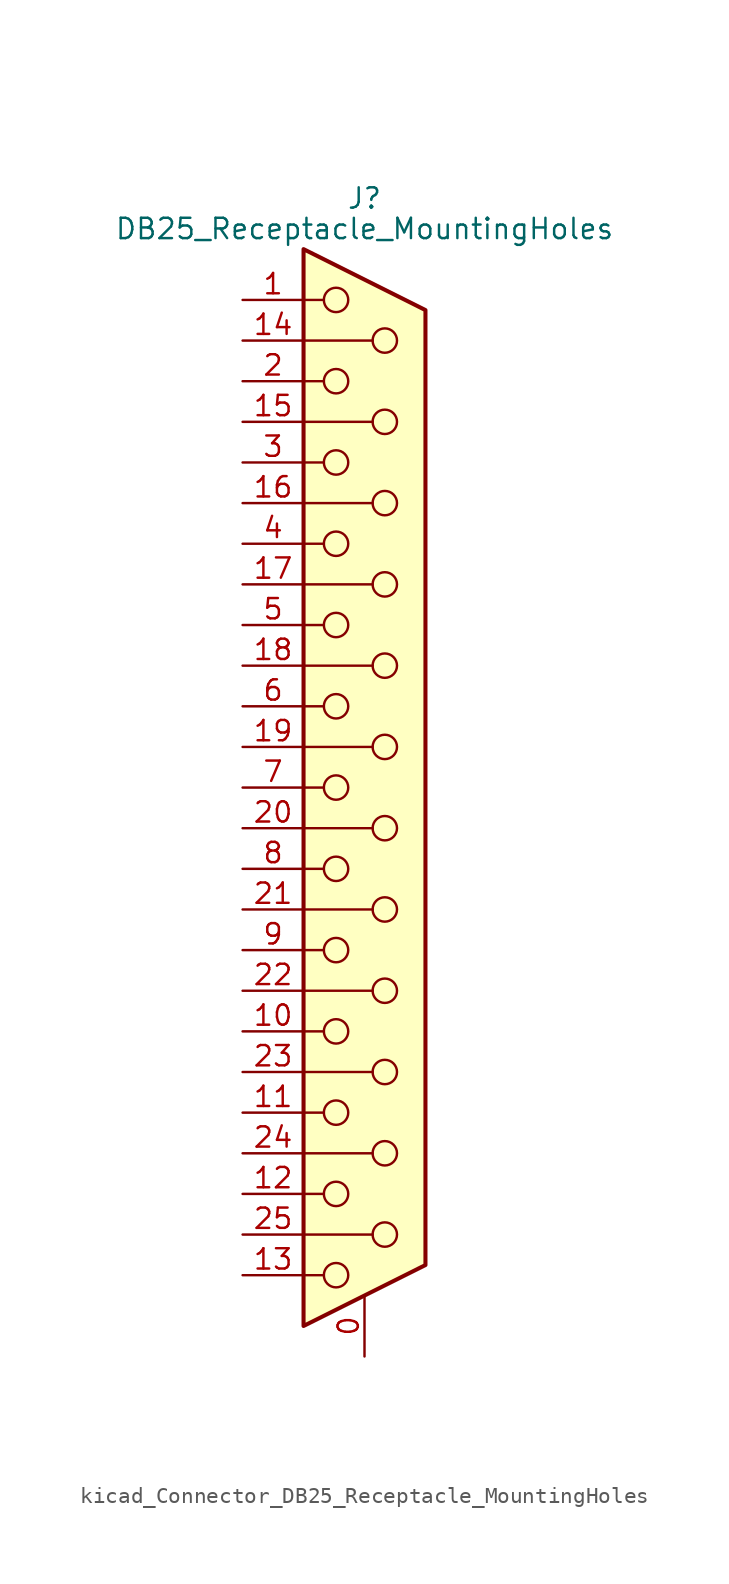
<source format=kicad_sym>
(kicad_symbol_lib
  (version 20220914)
  (generator kicad_symbol_editor)
  (symbol "kicad_Connector_DB25_Receptacle_MountingHoles"
    (pin_names
      (offset 1.016) hide)
    (property "Reference" "J"
      (at 0 36.83 0)
      (effects (font (size 1.27 1.27))))
    (property "Value" "DB25_Receptacle_MountingHoles"
      (at 0 34.925 0)
      (effects (font (size 1.27 1.27))))
    (symbol "kicad_Connector_DB25_Receptacle_MountingHoles_0_1"
      (circle (center -1.778 -30.48) (radius 0.762) (stroke (width 0) (type default)) (fill (type none)))
      (circle (center -1.778 -25.4) (radius 0.762) (stroke (width 0) (type default)) (fill (type none)))
      (circle (center -1.778 -20.32) (radius 0.762) (stroke (width 0) (type default)) (fill (type none)))
      (circle (center -1.778 -15.24) (radius 0.762) (stroke (width 0) (type default)) (fill (type none)))
      (circle (center -1.778 -10.16) (radius 0.762) (stroke (width 0) (type default)) (fill (type none)))
      (circle (center -1.778 -5.08) (radius 0.762) (stroke (width 0) (type default)) (fill (type none)))
      (circle (center -1.778 0) (radius 0.762) (stroke (width 0) (type default)) (fill (type none)))
      (circle (center -1.778 5.08) (radius 0.762) (stroke (width 0) (type default)) (fill (type none)))
      (circle (center -1.778 10.16) (radius 0.762) (stroke (width 0) (type default)) (fill (type none)))
      (circle (center -1.778 15.24) (radius 0.762) (stroke (width 0) (type default)) (fill (type none)))
      (circle (center -1.778 20.32) (radius 0.762) (stroke (width 0) (type default)) (fill (type none)))
      (circle (center -1.778 25.4) (radius 0.762) (stroke (width 0) (type default)) (fill (type none)))
      (circle (center -1.778 30.48) (radius 0.762) (stroke (width 0) (type default)) (fill (type none)))
      (polyline (pts (xy -3.81 -30.48) (xy -2.54 -30.48)) (stroke (width 0) (type default)) (fill (type none)))
      (polyline (pts (xy -3.81 -27.94) (xy 0.508 -27.94)) (stroke (width 0) (type default)) (fill (type none)))
      (polyline (pts (xy -3.81 -25.4) (xy -2.54 -25.4)) (stroke (width 0) (type default)) (fill (type none)))
      (polyline (pts (xy -3.81 -22.86) (xy 0.508 -22.86)) (stroke (width 0) (type default)) (fill (type none)))
      (polyline (pts (xy -3.81 -20.32) (xy -2.54 -20.32)) (stroke (width 0) (type default)) (fill (type none)))
      (polyline (pts (xy -3.81 -17.78) (xy 0.508 -17.78)) (stroke (width 0) (type default)) (fill (type none)))
      (polyline (pts (xy -3.81 -15.24) (xy -2.54 -15.24)) (stroke (width 0) (type default)) (fill (type none)))
      (polyline (pts (xy -3.81 -12.7) (xy 0.508 -12.7)) (stroke (width 0) (type default)) (fill (type none)))
      (polyline (pts (xy -3.81 -10.16) (xy -2.54 -10.16)) (stroke (width 0) (type default)) (fill (type none)))
      (polyline (pts (xy -3.81 -7.62) (xy 0.508 -7.62)) (stroke (width 0) (type default)) (fill (type none)))
      (polyline (pts (xy -3.81 -5.08) (xy -2.54 -5.08)) (stroke (width 0) (type default)) (fill (type none)))
      (polyline (pts (xy -3.81 -2.54) (xy 0.508 -2.54)) (stroke (width 0) (type default)) (fill (type none)))
      (polyline (pts (xy -3.81 0) (xy -2.54 0)) (stroke (width 0) (type default)) (fill (type none)))
      (polyline (pts (xy -3.81 2.54) (xy 0.508 2.54)) (stroke (width 0) (type default)) (fill (type none)))
      (polyline (pts (xy -3.81 5.08) (xy -2.54 5.08)) (stroke (width 0) (type default)) (fill (type none)))
      (polyline (pts (xy -3.81 7.62) (xy 0.508 7.62)) (stroke (width 0) (type default)) (fill (type none)))
      (polyline (pts (xy -3.81 10.16) (xy -2.54 10.16)) (stroke (width 0) (type default)) (fill (type none)))
      (polyline (pts (xy -3.81 12.7) (xy 0.508 12.7)) (stroke (width 0) (type default)) (fill (type none)))
      (polyline (pts (xy -3.81 15.24) (xy -2.54 15.24)) (stroke (width 0) (type default)) (fill (type none)))
      (polyline (pts (xy -3.81 17.78) (xy 0.508 17.78)) (stroke (width 0) (type default)) (fill (type none)))
      (polyline (pts (xy -3.81 20.32) (xy -2.54 20.32)) (stroke (width 0) (type default)) (fill (type none)))
      (polyline (pts (xy -3.81 22.86) (xy 0.508 22.86)) (stroke (width 0) (type default)) (fill (type none)))
      (polyline (pts (xy -3.81 25.4) (xy -2.54 25.4)) (stroke (width 0) (type default)) (fill (type none)))
      (polyline (pts (xy -3.81 27.94) (xy 0.508 27.94)) (stroke (width 0) (type default)) (fill (type none)))
      (polyline (pts (xy -3.81 30.48) (xy -2.54 30.48)) (stroke (width 0) (type default)) (fill (type none)))
      (polyline (pts (xy -3.81 33.655) (xy 3.81 29.845) (xy 3.81 -29.845) (xy -3.81 -33.655) (xy -3.81 33.655)) (stroke (width 0.254) (type default)) (fill (type background)))
      (circle (center 1.27 -27.94) (radius 0.762) (stroke (width 0) (type default)) (fill (type none)))
      (circle (center 1.27 -22.86) (radius 0.762) (stroke (width 0) (type default)) (fill (type none)))
      (circle (center 1.27 -17.78) (radius 0.762) (stroke (width 0) (type default)) (fill (type none)))
      (circle (center 1.27 -12.7) (radius 0.762) (stroke (width 0) (type default)) (fill (type none)))
      (circle (center 1.27 -7.62) (radius 0.762) (stroke (width 0) (type default)) (fill (type none)))
      (circle (center 1.27 -2.54) (radius 0.762) (stroke (width 0) (type default)) (fill (type none)))
      (circle (center 1.27 2.54) (radius 0.762) (stroke (width 0) (type default)) (fill (type none)))
      (circle (center 1.27 7.62) (radius 0.762) (stroke (width 0) (type default)) (fill (type none)))
      (circle (center 1.27 12.7) (radius 0.762) (stroke (width 0) (type default)) (fill (type none)))
      (circle (center 1.27 17.78) (radius 0.762) (stroke (width 0) (type default)) (fill (type none)))
      (circle (center 1.27 22.86) (radius 0.762) (stroke (width 0) (type default)) (fill (type none)))
      (circle (center 1.27 27.94) (radius 0.762) (stroke (width 0) (type default)) (fill (type none))))
    (symbol "kicad_Connector_DB25_Receptacle_MountingHoles_1_1"
      (pin passive line (at 0 -35.56 90) (length 3.81) (name "PAD" (effects (font (size 1.27 1.27)))) (number "0" (effects (font (size 1.27 1.27)))))
      (pin passive line (at -7.62 30.48 0) (length 3.81) (name "1" (effects (font (size 1.27 1.27)))) (number "1" (effects (font (size 1.27 1.27)))))
      (pin passive line (at -7.62 -15.24 0) (length 3.81) (name "10" (effects (font (size 1.27 1.27)))) (number "10" (effects (font (size 1.27 1.27)))))
      (pin passive line (at -7.62 -20.32 0) (length 3.81) (name "11" (effects (font (size 1.27 1.27)))) (number "11" (effects (font (size 1.27 1.27)))))
      (pin passive line (at -7.62 -25.4 0) (length 3.81) (name "12" (effects (font (size 1.27 1.27)))) (number "12" (effects (font (size 1.27 1.27)))))
      (pin passive line (at -7.62 -30.48 0) (length 3.81) (name "13" (effects (font (size 1.27 1.27)))) (number "13" (effects (font (size 1.27 1.27)))))
      (pin passive line (at -7.62 27.94 0) (length 3.81) (name "P14" (effects (font (size 1.27 1.27)))) (number "14" (effects (font (size 1.27 1.27)))))
      (pin passive line (at -7.62 22.86 0) (length 3.81) (name "P15" (effects (font (size 1.27 1.27)))) (number "15" (effects (font (size 1.27 1.27)))))
      (pin passive line (at -7.62 17.78 0) (length 3.81) (name "P16" (effects (font (size 1.27 1.27)))) (number "16" (effects (font (size 1.27 1.27)))))
      (pin passive line (at -7.62 12.7 0) (length 3.81) (name "P17" (effects (font (size 1.27 1.27)))) (number "17" (effects (font (size 1.27 1.27)))))
      (pin passive line (at -7.62 7.62 0) (length 3.81) (name "P18" (effects (font (size 1.27 1.27)))) (number "18" (effects (font (size 1.27 1.27)))))
      (pin passive line (at -7.62 2.54 0) (length 3.81) (name "P19" (effects (font (size 1.27 1.27)))) (number "19" (effects (font (size 1.27 1.27)))))
      (pin passive line (at -7.62 25.4 0) (length 3.81) (name "2" (effects (font (size 1.27 1.27)))) (number "2" (effects (font (size 1.27 1.27)))))
      (pin passive line (at -7.62 -2.54 0) (length 3.81) (name "P20" (effects (font (size 1.27 1.27)))) (number "20" (effects (font (size 1.27 1.27)))))
      (pin passive line (at -7.62 -7.62 0) (length 3.81) (name "P21" (effects (font (size 1.27 1.27)))) (number "21" (effects (font (size 1.27 1.27)))))
      (pin passive line (at -7.62 -12.7 0) (length 3.81) (name "P22" (effects (font (size 1.27 1.27)))) (number "22" (effects (font (size 1.27 1.27)))))
      (pin passive line (at -7.62 -17.78 0) (length 3.81) (name "P23" (effects (font (size 1.27 1.27)))) (number "23" (effects (font (size 1.27 1.27)))))
      (pin passive line (at -7.62 -22.86 0) (length 3.81) (name "P24" (effects (font (size 1.27 1.27)))) (number "24" (effects (font (size 1.27 1.27)))))
      (pin passive line (at -7.62 -27.94 0) (length 3.81) (name "P25" (effects (font (size 1.27 1.27)))) (number "25" (effects (font (size 1.27 1.27)))))
      (pin passive line (at -7.62 20.32 0) (length 3.81) (name "3" (effects (font (size 1.27 1.27)))) (number "3" (effects (font (size 1.27 1.27)))))
      (pin passive line (at -7.62 15.24 0) (length 3.81) (name "4" (effects (font (size 1.27 1.27)))) (number "4" (effects (font (size 1.27 1.27)))))
      (pin passive line (at -7.62 10.16 0) (length 3.81) (name "5" (effects (font (size 1.27 1.27)))) (number "5" (effects (font (size 1.27 1.27)))))
      (pin passive line (at -7.62 5.08 0) (length 3.81) (name "6" (effects (font (size 1.27 1.27)))) (number "6" (effects (font (size 1.27 1.27)))))
      (pin passive line (at -7.62 0 0) (length 3.81) (name "7" (effects (font (size 1.27 1.27)))) (number "7" (effects (font (size 1.27 1.27)))))
      (pin passive line (at -7.62 -5.08 0) (length 3.81) (name "8" (effects (font (size 1.27 1.27)))) (number "8" (effects (font (size 1.27 1.27)))))
      (pin passive line (at -7.62 -10.16 0) (length 3.81) (name "9" (effects (font (size 1.27 1.27)))) (number "9" (effects (font (size 1.27 1.27))))))))
</source>
